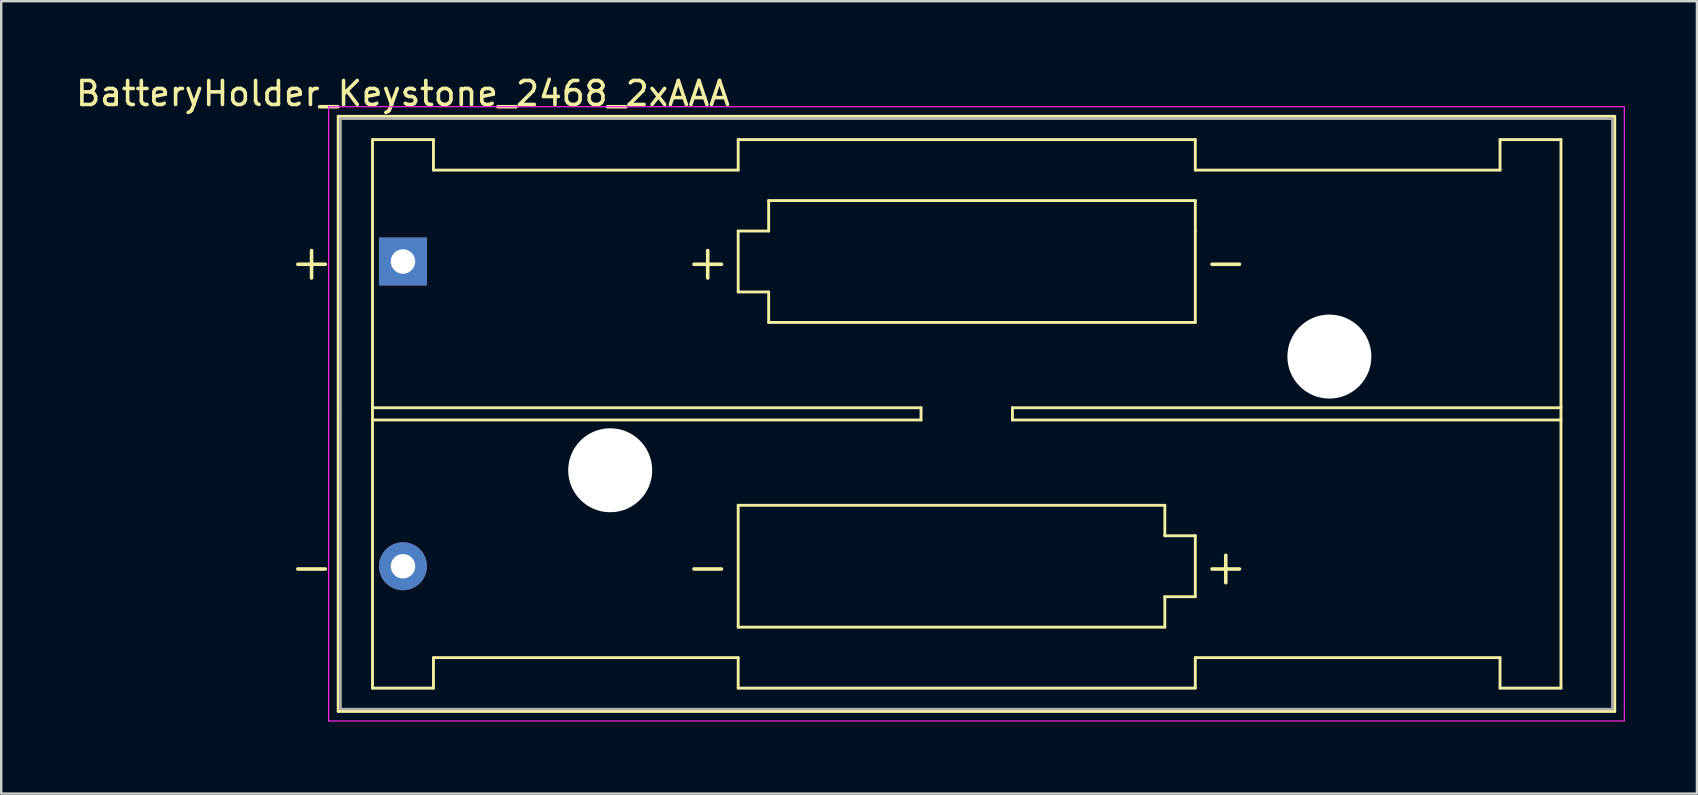
<source format=kicad_pcb>
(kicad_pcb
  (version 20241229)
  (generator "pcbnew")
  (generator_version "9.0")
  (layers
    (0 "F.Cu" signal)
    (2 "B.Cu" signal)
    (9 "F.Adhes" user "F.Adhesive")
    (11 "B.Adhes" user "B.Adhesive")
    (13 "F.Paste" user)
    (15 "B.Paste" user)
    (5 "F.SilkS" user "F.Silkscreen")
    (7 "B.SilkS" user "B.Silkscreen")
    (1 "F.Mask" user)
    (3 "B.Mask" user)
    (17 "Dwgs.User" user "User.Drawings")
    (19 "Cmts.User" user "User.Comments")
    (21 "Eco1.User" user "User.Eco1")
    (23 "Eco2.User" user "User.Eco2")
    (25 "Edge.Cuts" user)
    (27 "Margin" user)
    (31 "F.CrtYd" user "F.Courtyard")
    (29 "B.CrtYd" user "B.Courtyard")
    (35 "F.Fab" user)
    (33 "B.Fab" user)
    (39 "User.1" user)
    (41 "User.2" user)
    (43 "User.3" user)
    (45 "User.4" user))
  (footprint "BatteryHolder_Keystone_2468_2xAAA"
    (layer "F.Cu")
    (at 13.744 7.848)
    (property "Reference" "BatteryHolder_Keystone_2468_2xAAA" (at 0 -7 180) (layer "F.SilkS") (effects (font (size 1 1) (thickness 0.15))))
    (attr through_hole)
    (fp_line (start -2.7 -6.05) (end -2.7 18.75) (stroke (width 0.12) (type solid)) (layer "F.SilkS"))
    (fp_line (start -2.7 18.75) (end 50.5 18.75) (stroke (width 0.12) (type solid)) (layer "F.SilkS"))
    (fp_line (start -1.27 -5.08) (end -1.27 17.78) (stroke (width 0.12) (type solid)) (layer "F.SilkS"))
    (fp_line (start -1.27 6.096) (end 21.59 6.096) (stroke (width 0.12) (type solid)) (layer "F.SilkS"))
    (fp_line (start -1.27 17.78) (end 1.27 17.78) (stroke (width 0.12) (type solid)) (layer "F.SilkS"))
    (fp_line (start 1.27 -5.08) (end -1.27 -5.08) (stroke (width 0.12) (type solid)) (layer "F.SilkS"))
    (fp_line (start 1.27 -3.81) (end 1.27 -5.08) (stroke (width 0.12) (type solid)) (layer "F.SilkS"))
    (fp_line (start 1.27 -3.81) (end 13.97 -3.81) (stroke (width 0.12) (type solid)) (layer "F.SilkS"))
    (fp_line (start 1.27 16.51) (end 13.97 16.51) (stroke (width 0.12) (type solid)) (layer "F.SilkS"))
    (fp_line (start 1.27 17.78) (end 1.27 16.51) (stroke (width 0.12) (type solid)) (layer "F.SilkS"))
    (fp_line (start 13.97 -5.08) (end 13.97 -3.81) (stroke (width 0.12) (type solid)) (layer "F.SilkS"))
    (fp_line (start 13.97 -1.27) (end 15.24 -1.27) (stroke (width 0.12) (type solid)) (layer "F.SilkS"))
    (fp_line (start 13.97 1.27) (end 13.97 -1.27) (stroke (width 0.12) (type solid)) (layer "F.SilkS"))
    (fp_line (start 13.97 10.16) (end 31.75 10.16) (stroke (width 0.12) (type solid)) (layer "F.SilkS"))
    (fp_line (start 13.97 15.24) (end 13.97 10.16) (stroke (width 0.12) (type solid)) (layer "F.SilkS"))
    (fp_line (start 13.97 16.51) (end 13.97 17.78) (stroke (width 0.12) (type solid)) (layer "F.SilkS"))
    (fp_line (start 13.97 17.78) (end 33.02 17.78) (stroke (width 0.12) (type solid)) (layer "F.SilkS"))
    (fp_line (start 15.24 -2.54) (end 33.02 -2.54) (stroke (width 0.12) (type solid)) (layer "F.SilkS"))
    (fp_line (start 15.24 -1.27) (end 15.24 -2.54) (stroke (width 0.12) (type solid)) (layer "F.SilkS"))
    (fp_line (start 15.24 1.27) (end 13.97 1.27) (stroke (width 0.12) (type solid)) (layer "F.SilkS"))
    (fp_line (start 15.24 2.54) (end 15.24 1.27) (stroke (width 0.12) (type solid)) (layer "F.SilkS"))
    (fp_line (start 21.59 6.096) (end 21.59 6.604) (stroke (width 0.12) (type solid)) (layer "F.SilkS"))
    (fp_line (start 21.59 6.604) (end -1.27 6.604) (stroke (width 0.12) (type solid)) (layer "F.SilkS"))
    (fp_line (start 25.4 6.096) (end 25.4 6.604) (stroke (width 0.12) (type solid)) (layer "F.SilkS"))
    (fp_line (start 25.4 6.604) (end 48.26 6.604) (stroke (width 0.12) (type solid)) (layer "F.SilkS"))
    (fp_line (start 31.75 10.16) (end 31.75 11.43) (stroke (width 0.12) (type solid)) (layer "F.SilkS"))
    (fp_line (start 31.75 11.43) (end 33.02 11.43) (stroke (width 0.12) (type solid)) (layer "F.SilkS"))
    (fp_line (start 31.75 13.97) (end 31.75 15.24) (stroke (width 0.12) (type solid)) (layer "F.SilkS"))
    (fp_line (start 31.75 15.24) (end 13.97 15.24) (stroke (width 0.12) (type solid)) (layer "F.SilkS"))
    (fp_line (start 33.02 -5.08) (end 13.97 -5.08) (stroke (width 0.12) (type solid)) (layer "F.SilkS"))
    (fp_line (start 33.02 -3.81) (end 33.02 -5.08) (stroke (width 0.12) (type solid)) (layer "F.SilkS"))
    (fp_line (start 33.02 -2.54) (end 33.02 -1.27) (stroke (width 0.12) (type solid)) (layer "F.SilkS"))
    (fp_line (start 33.02 -1.27) (end 33.02 2.54) (stroke (width 0.12) (type solid)) (layer "F.SilkS"))
    (fp_line (start 33.02 2.54) (end 15.24 2.54) (stroke (width 0.12) (type solid)) (layer "F.SilkS"))
    (fp_line (start 33.02 11.43) (end 33.02 13.97) (stroke (width 0.12) (type solid)) (layer "F.SilkS"))
    (fp_line (start 33.02 13.97) (end 31.75 13.97) (stroke (width 0.12) (type solid)) (layer "F.SilkS"))
    (fp_line (start 33.02 17.78) (end 33.02 16.51) (stroke (width 0.12) (type solid)) (layer "F.SilkS"))
    (fp_line (start 45.72 -5.08) (end 45.72 -3.81) (stroke (width 0.12) (type solid)) (layer "F.SilkS"))
    (fp_line (start 45.72 -3.81) (end 33.02 -3.81) (stroke (width 0.12) (type solid)) (layer "F.SilkS"))
    (fp_line (start 45.72 16.51) (end 33.02 16.51) (stroke (width 0.12) (type solid)) (layer "F.SilkS"))
    (fp_line (start 45.72 17.78) (end 45.72 16.51) (stroke (width 0.12) (type solid)) (layer "F.SilkS"))
    (fp_line (start 48.26 -5.08) (end 45.72 -5.08) (stroke (width 0.12) (type solid)) (layer "F.SilkS"))
    (fp_line (start 48.26 -5.08) (end 48.26 17.78) (stroke (width 0.12) (type solid)) (layer "F.SilkS"))
    (fp_line (start 48.26 6.096) (end 25.4 6.096) (stroke (width 0.12) (type solid)) (layer "F.SilkS"))
    (fp_line (start 48.26 17.78) (end 45.72 17.78) (stroke (width 0.12) (type solid)) (layer "F.SilkS"))
    (fp_line (start 50.5 -6.05) (end -2.7 -6.05) (stroke (width 0.12) (type solid)) (layer "F.SilkS"))
    (fp_line (start 50.5 18.75) (end 50.5 -6.05) (stroke (width 0.12) (type solid)) (layer "F.SilkS"))
    (fp_line (start -3.1 -6.45) (end -3.1 19.15) (stroke (width 0.05) (type solid)) (layer "F.CrtYd"))
    (fp_line (start -3.1 19.15) (end 50.9 19.15) (stroke (width 0.05) (type solid)) (layer "F.CrtYd"))
    (fp_line (start 50.9 -6.45) (end -3.1 -6.45) (stroke (width 0.05) (type solid)) (layer "F.CrtYd"))
    (fp_line (start 50.9 19.15) (end 50.9 -6.45) (stroke (width 0.05) (type solid)) (layer "F.CrtYd"))
    (fp_line (start -2.6 -5.95) (end 50.4 -5.95) (stroke (width 0.1) (type solid)) (layer "F.Fab"))
    (fp_line (start -2.6 6.35) (end -2.6 -5.95) (stroke (width 0.1) (type solid)) (layer "F.Fab"))
    (fp_line (start -2.6 18.65) (end -2.6 6.35) (stroke (width 0.1) (type solid)) (layer "F.Fab"))
    (fp_line (start -2.6 18.65) (end 50.4 18.65) (stroke (width 0.1) (type solid)) (layer "F.Fab"))
    (fp_line (start 50.4 18.65) (end 50.4 -5.95) (stroke (width 0.1) (type solid)) (layer "F.Fab"))
    (fp_text user "+" (at 34.29 12.7 0) (layer "F.SilkS") (effects (font (size 1.5 1.5) (thickness 0.15))))
    (fp_text user "+" (at 12.7 0 0) (layer "F.SilkS") (effects (font (size 1.5 1.5) (thickness 0.15))))
    (fp_text user "-" (at 34.29 0 0) (layer "F.SilkS") (effects (font (size 1.5 1.5) (thickness 0.15))))
    (fp_text user "+" (at -3.81 0 0) (layer "F.SilkS") (effects (font (size 1.5 1.5) (thickness 0.15))))
    (fp_text user "-" (at 12.7 12.7 0) (layer "F.SilkS") (effects (font (size 1.5 1.5) (thickness 0.15))))
    (fp_text user "-" (at -3.81 12.7 0) (layer "F.SilkS") (effects (font (size 1.5 1.5) (thickness 0.15))))
    (pad "" np_thru_hole circle (at 8.636 8.7) (size 3.5 3.5) (drill 3.5) (layers "*.Cu" "*.Mask"))
    (pad "" np_thru_hole circle (at 38.608 3.962) (size 3.5 3.5) (drill 3.5) (layers "*.Cu" "*.Mask"))
    (pad "1" thru_hole rect (at 0 0) (size 2 2) (drill 1.02) (layers "*.Cu" "*.Mask"))
    (pad "2" thru_hole circle (at 0 12.7) (size 2 2) (drill 1.02) (layers "*.Cu" "*.Mask")))
  (gr_rect
    (start -3 -3)
    (end 67.669 30.023)
    (stroke (width 0.1) (type default))
    (fill no)
    (layer "Edge.Cuts")))
</source>
